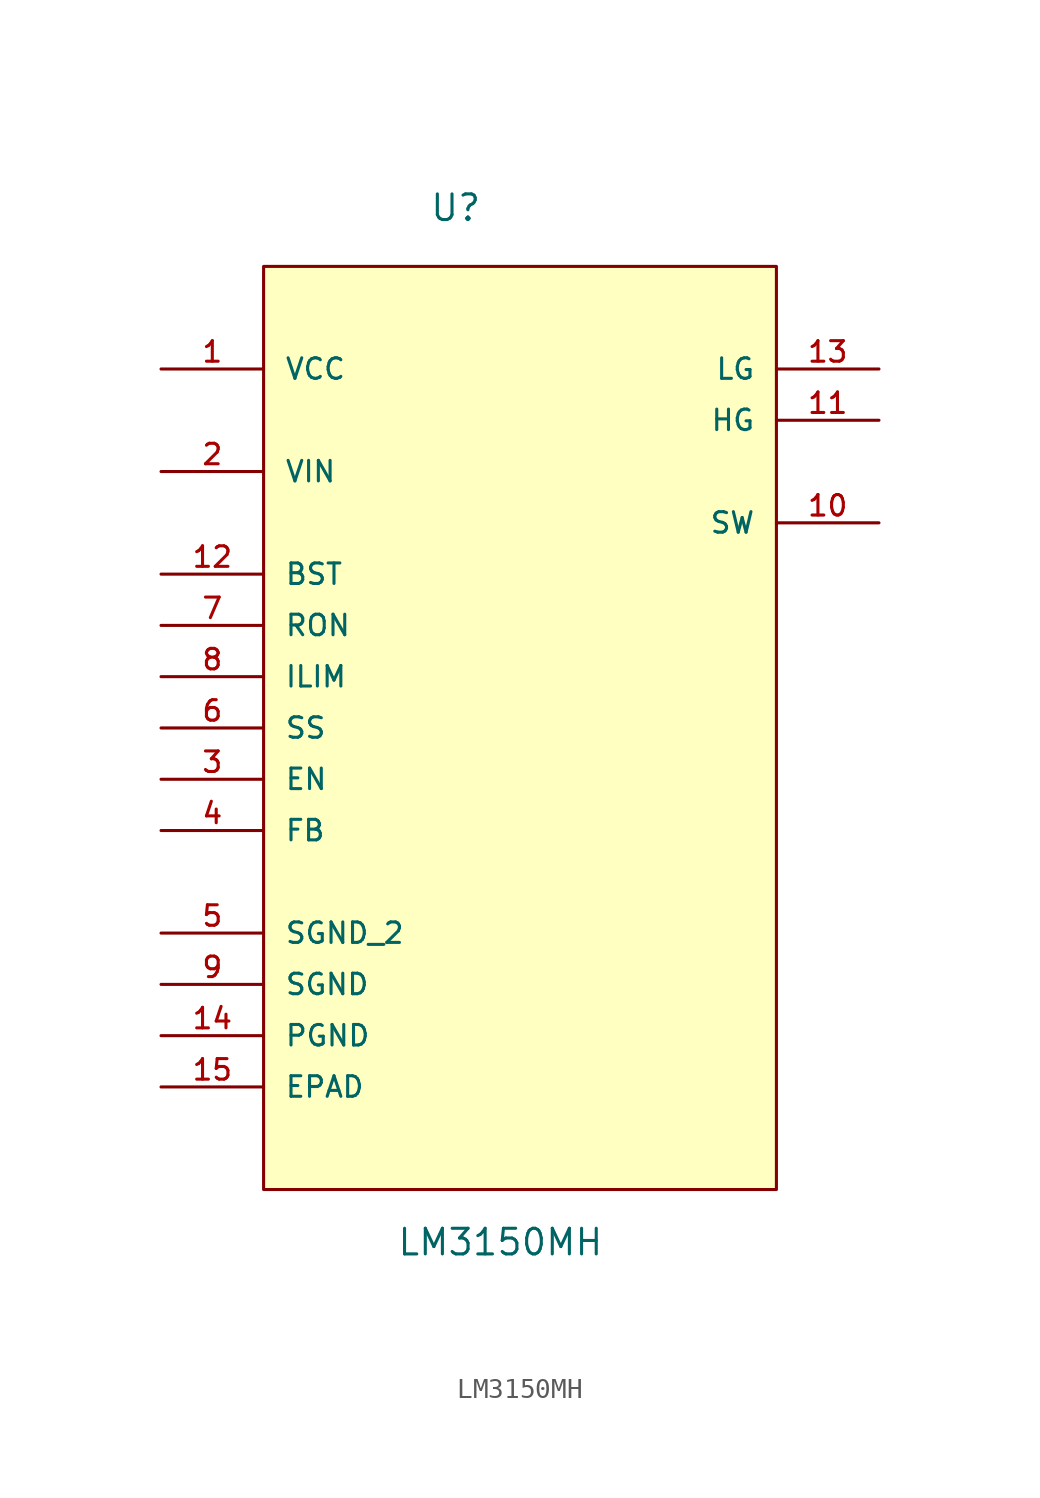
<source format=kicad_sym>
(kicad_symbol_lib
  (version 20220914)
  (generator kicad_symbol_editor)
  (symbol "LM3150MH"
    (pin_names
      (offset 1.016))
    (property "Reference" "U"
      (at -4.496 22.479 0)
      (effects (font (size 1.27 1.27)) (justify left bottom)))
    (property "Value" "LM3150MH"
      (at -6.121 -28.753 0)
      (effects (font (size 1.27 1.27)) (justify left bottom)))
    (symbol "LM3150MH_0_0"
      (rectangle (start -12.7 -25.4) (end 12.7 20.32) (stroke (width 0.152) (type default)) (fill (type background)))
      (pin power_in line (at -17.78 15.24 0) (length 5.08) (name "VCC" (effects (font (size 1.016 1.016)))) (number "1" (effects (font (size 1.016 1.016)))))
      (pin output line (at 17.78 7.62 180) (length 5.08) (name "SW" (effects (font (size 1.016 1.016)))) (number "10" (effects (font (size 1.016 1.016)))))
      (pin output line (at 17.78 12.7 180) (length 5.08) (name "HG" (effects (font (size 1.016 1.016)))) (number "11" (effects (font (size 1.016 1.016)))))
      (pin input line (at -17.78 5.08 0) (length 5.08) (name "BST" (effects (font (size 1.016 1.016)))) (number "12" (effects (font (size 1.016 1.016)))))
      (pin output line (at 17.78 15.24 180) (length 5.08) (name "LG" (effects (font (size 1.016 1.016)))) (number "13" (effects (font (size 1.016 1.016)))))
      (pin passive line (at -17.78 -17.78 0) (length 5.08) (name "PGND" (effects (font (size 1.016 1.016)))) (number "14" (effects (font (size 1.016 1.016)))))
      (pin passive line (at -17.78 -20.32 0) (length 5.08) (name "EPAD" (effects (font (size 1.016 1.016)))) (number "15" (effects (font (size 1.016 1.016)))))
      (pin input line (at -17.78 10.16 0) (length 5.08) (name "VIN" (effects (font (size 1.016 1.016)))) (number "2" (effects (font (size 1.016 1.016)))))
      (pin input line (at -17.78 -5.08 0) (length 5.08) (name "EN" (effects (font (size 1.016 1.016)))) (number "3" (effects (font (size 1.016 1.016)))))
      (pin input line (at -17.78 -7.62 0) (length 5.08) (name "FB" (effects (font (size 1.016 1.016)))) (number "4" (effects (font (size 1.016 1.016)))))
      (pin passive line (at -17.78 -12.7 0) (length 5.08) (name "SGND_2" (effects (font (size 1.016 1.016)))) (number "5" (effects (font (size 1.016 1.016)))))
      (pin input line (at -17.78 -2.54 0) (length 5.08) (name "SS" (effects (font (size 1.016 1.016)))) (number "6" (effects (font (size 1.016 1.016)))))
      (pin input line (at -17.78 2.54 0) (length 5.08) (name "RON" (effects (font (size 1.016 1.016)))) (number "7" (effects (font (size 1.016 1.016)))))
      (pin input line (at -17.78 0 0) (length 5.08) (name "ILIM" (effects (font (size 1.016 1.016)))) (number "8" (effects (font (size 1.016 1.016)))))
      (pin passive line (at -17.78 -15.24 0) (length 5.08) (name "SGND" (effects (font (size 1.016 1.016)))) (number "9" (effects (font (size 1.016 1.016))))))))
</source>
